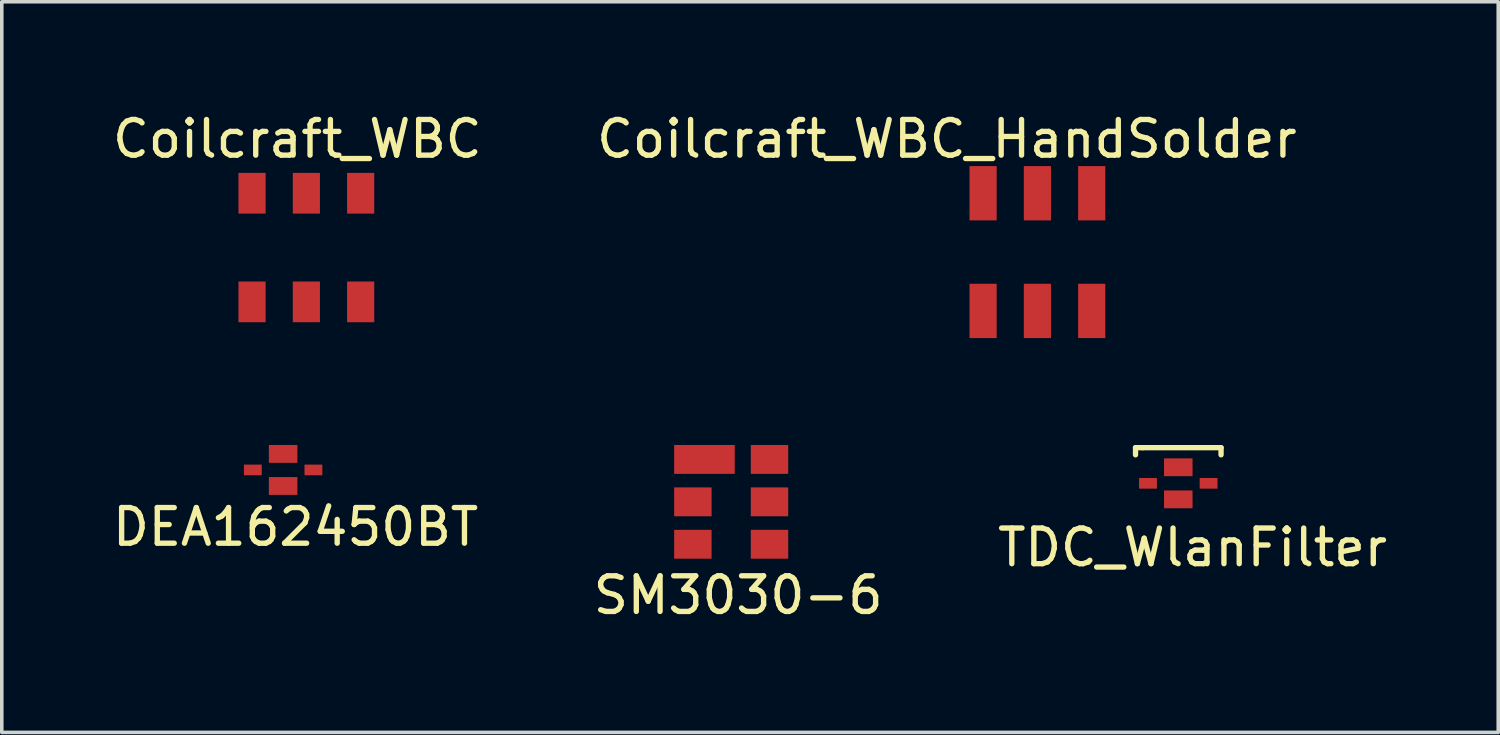
<source format=kicad_pcb>
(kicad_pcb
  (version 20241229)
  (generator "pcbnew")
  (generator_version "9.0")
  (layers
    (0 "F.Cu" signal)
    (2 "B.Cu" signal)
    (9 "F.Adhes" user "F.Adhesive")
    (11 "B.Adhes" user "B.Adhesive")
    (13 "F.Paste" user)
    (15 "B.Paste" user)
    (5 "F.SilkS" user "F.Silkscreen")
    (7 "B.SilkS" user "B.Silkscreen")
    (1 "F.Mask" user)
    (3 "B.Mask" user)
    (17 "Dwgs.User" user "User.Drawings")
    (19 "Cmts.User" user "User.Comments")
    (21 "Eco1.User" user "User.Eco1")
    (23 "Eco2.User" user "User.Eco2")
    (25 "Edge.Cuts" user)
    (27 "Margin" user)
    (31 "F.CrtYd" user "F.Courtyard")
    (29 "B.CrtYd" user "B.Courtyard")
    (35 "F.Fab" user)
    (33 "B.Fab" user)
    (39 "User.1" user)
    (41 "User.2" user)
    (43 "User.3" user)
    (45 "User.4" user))
  (footprint "DEA162450BT"
    (layer "F.Cu")
    (at 4.044 10.136)
    (property "Reference" "DEA162450BT" (at 1.2 1.6 0) (layer "F.SilkS") (effects (font (size 1 1) (thickness 0.15))))
    (attr through_hole)
    (pad "1" smd rect (at 0 0) (size 0.5 0.3) (layers "F.Cu" "F.Mask" "F.Paste"))
    (pad "2" smd rect (at 1.7 0) (size 0.5 0.3) (layers "F.Cu" "F.Mask" "F.Paste"))
    (pad "3" smd rect (at 0.85 -0.45) (size 0.8 0.5) (layers "F.Cu" "F.Mask" "F.Paste"))
    (pad "3" smd rect (at 0.85 0.45) (size 0.8 0.5) (layers "F.Cu" "F.Mask" "F.Paste")))
  (footprint "Coilcraft_WBC"
    (layer "F.Cu")
    (at 4.022 2.372)
    (property "Reference" "Coilcraft_WBC" (at 1.27 -1.524 0) (layer "F.SilkS") (effects (font (size 1 1) (thickness 0.15))))
    (attr through_hole)
    (pad "1" smd rect (at 0 0) (size 0.762 1.143) (layers "F.Cu" "F.Mask" "F.Paste"))
    (pad "2" smd rect (at 1.524 0) (size 0.762 1.143) (layers "F.Cu" "F.Mask" "F.Paste"))
    (pad "3" smd rect (at 3.048 0) (size 0.762 1.143) (layers "F.Cu" "F.Mask" "F.Paste"))
    (pad "4" smd rect (at 3.048 3.048) (size 0.762 1.143) (layers "F.Cu" "F.Mask" "F.Paste"))
    (pad "5" smd rect (at 1.524 3.048) (size 0.762 1.143) (layers "F.Cu" "F.Mask" "F.Paste"))
    (pad "6" smd rect (at 0 3.048) (size 0.762 1.143) (layers "F.Cu" "F.Mask" "F.Paste")))
  (footprint "Coilcraft_WBC_HandSolder"
    (layer "F.Cu")
    (at 24.534 2.499)
    (property "Reference" "Coilcraft_WBC_HandSolder" (at -1.016 -1.651 0) (layer "F.SilkS") (effects (font (size 1 1) (thickness 0.15))))
    (attr through_hole)
    (pad "1" smd rect (at 0 -0.127) (size 0.762 1.524) (layers "F.Cu" "F.Mask" "F.Paste"))
    (pad "2" smd rect (at 1.524 -0.127) (size 0.762 1.524) (layers "F.Cu" "F.Mask" "F.Paste"))
    (pad "3" smd rect (at 3.048 -0.127) (size 0.762 1.524) (layers "F.Cu" "F.Mask" "F.Paste"))
    (pad "4" smd rect (at 3.048 3.175) (size 0.762 1.524) (layers "F.Cu" "F.Mask" "F.Paste"))
    (pad "5" smd rect (at 1.524 3.175) (size 0.762 1.524) (layers "F.Cu" "F.Mask" "F.Paste"))
    (pad "6" smd rect (at 0 3.175) (size 0.762 1.524) (layers "F.Cu" "F.Mask" "F.Paste")))
  (footprint "TDC_WlanFilter"
    (layer "F.Cu")
    (at 30.011 10.511)
    (property "Reference" "TDC_WlanFilter" (at 0.4 1.8 0) (layer "F.SilkS") (effects (font (size 1 1) (thickness 0.15))))
    (attr through_hole)
    (fp_line (start -1.2 -1) (end -1.2 -0.8) (stroke (width 0.15) (type solid)) (layer "F.SilkS"))
    (fp_line (start -1 -1) (end -1.2 -1) (stroke (width 0.15) (type solid)) (layer "F.SilkS"))
    (fp_line (start -1 -1) (end 1.2 -1) (stroke (width 0.15) (type solid)) (layer "F.SilkS"))
    (fp_line (start 1.2 -1) (end 1.2 -0.8) (stroke (width 0.15) (type solid)) (layer "F.SilkS"))
    (pad "1" smd rect (at -0.85 0) (size 0.5 0.3) (layers "F.Cu" "F.Mask" "F.Paste"))
    (pad "2" smd rect (at 0.85 0) (size 0.5 0.3) (layers "F.Cu" "F.Mask" "F.Paste"))
    (pad "3" smd rect (at 0 -0.45) (size 0.8 0.5) (layers "F.Cu" "F.Mask" "F.Paste"))
    (pad "3" smd rect (at 0 0.45) (size 0.8 0.5) (layers "F.Cu" "F.Mask" "F.Paste")))
  (footprint "SM3030-6"
    (layer "F.Cu")
    (at 16.391 9.841)
    (property "Reference" "SM3030-6" (at 1.27 3.81 0) (layer "F.SilkS") (effects (font (size 1 1) (thickness 0.15))))
    (attr through_hole)
    (pad "1" smd rect (at 0 1.19) (size 1.05 0.81) (layers "F.Cu" "F.Mask" "F.Paste"))
    (pad "2" smd rect (at 2.15 1.19) (size 1.05 0.81) (layers "F.Cu" "F.Mask" "F.Paste"))
    (pad "3" smd rect (at 0 2.38) (size 1.05 0.81) (layers "F.Cu" "F.Mask" "F.Paste"))
    (pad "3" smd rect (at 0.325 0) (size 1.7 0.81) (layers "F.Cu" "F.Mask" "F.Paste"))
    (pad "3" smd rect (at 2.15 0) (size 1.05 0.81) (layers "F.Cu" "F.Mask" "F.Paste"))
    (pad "3" smd rect (at 2.15 2.38) (size 1.05 0.81) (layers "F.Cu" "F.Mask" "F.Paste")))
  (gr_rect
    (start -3 -3)
    (end 38.988 17.5)
    (stroke (width 0.1) (type default))
    (fill no)
    (layer "Edge.Cuts")))
</source>
